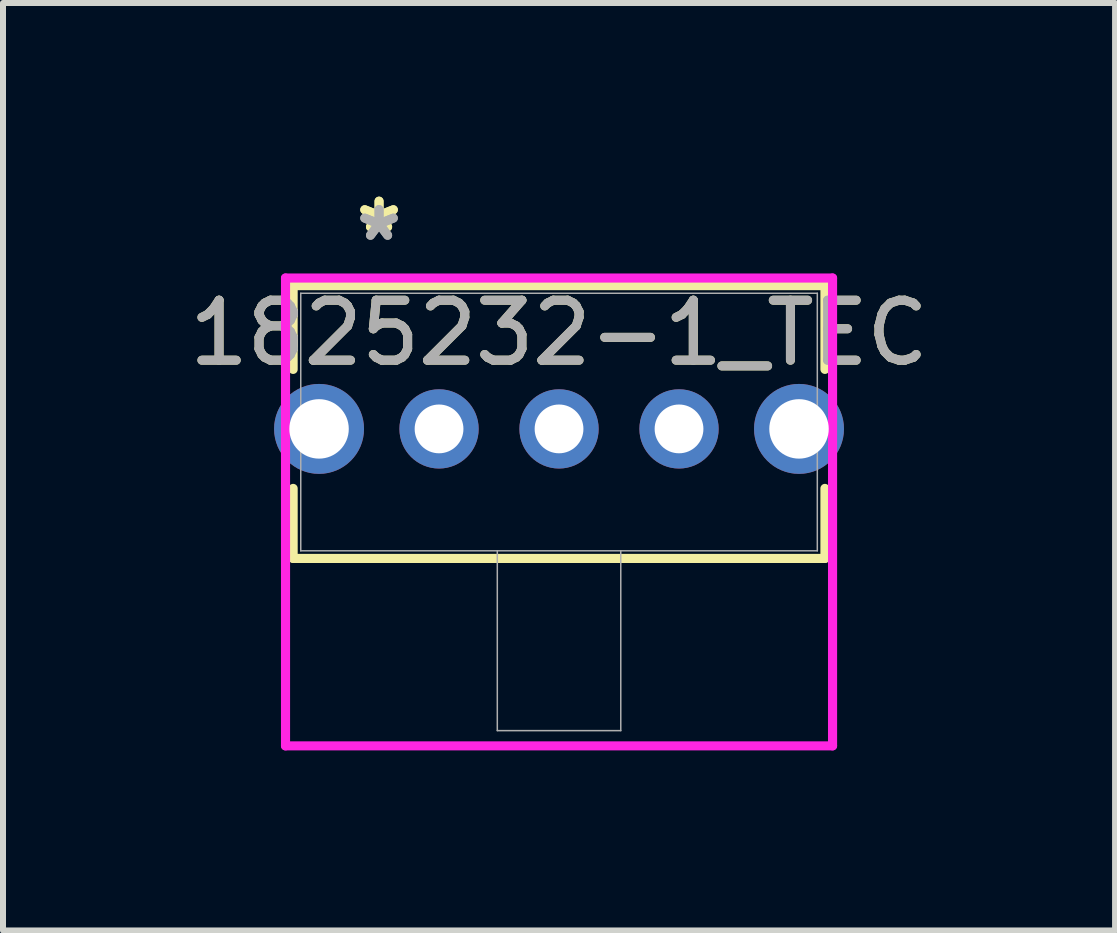
<source format=kicad_pcb>
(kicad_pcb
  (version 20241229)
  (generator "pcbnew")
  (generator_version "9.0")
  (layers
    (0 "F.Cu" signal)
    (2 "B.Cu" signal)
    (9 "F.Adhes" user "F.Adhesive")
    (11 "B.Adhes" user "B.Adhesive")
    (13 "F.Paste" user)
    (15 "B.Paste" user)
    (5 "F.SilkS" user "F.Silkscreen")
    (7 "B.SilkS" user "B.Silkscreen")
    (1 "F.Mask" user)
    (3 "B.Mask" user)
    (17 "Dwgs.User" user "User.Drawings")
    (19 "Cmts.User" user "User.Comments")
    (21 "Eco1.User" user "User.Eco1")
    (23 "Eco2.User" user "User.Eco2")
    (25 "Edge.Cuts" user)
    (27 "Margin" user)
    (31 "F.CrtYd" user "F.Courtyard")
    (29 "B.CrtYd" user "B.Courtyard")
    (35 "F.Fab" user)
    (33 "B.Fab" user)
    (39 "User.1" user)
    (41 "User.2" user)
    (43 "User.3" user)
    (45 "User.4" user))
  (footprint "1825232-1_TEC"
    (layer "F.Cu")
    (at 4.268 4.099)
    (property "Reference" "1825232-1_TEC" (at 2 -1.6 0) (unlocked yes) (layer "F.SilkS") (effects (font (size 1 1) (thickness 0.15))))
    (attr through_hole)
    (fp_line (start -2.432 -2.388) (end -2.432 -0.992) (stroke (width 0.152) (type solid)) (layer "F.SilkS"))
    (fp_line (start -2.432 0.992) (end -2.432 2.159) (stroke (width 0.152) (type solid)) (layer "F.SilkS"))
    (fp_line (start -2.432 2.159) (end 6.432 2.159) (stroke (width 0.152) (type solid)) (layer "F.SilkS"))
    (fp_line (start 6.432 -2.388) (end -2.432 -2.388) (stroke (width 0.152) (type solid)) (layer "F.SilkS"))
    (fp_line (start 6.432 -0.992) (end 6.432 -2.388) (stroke (width 0.152) (type solid)) (layer "F.SilkS"))
    (fp_line (start 6.432 2.159) (end 6.432 0.992) (stroke (width 0.152) (type solid)) (layer "F.SilkS"))
    (fp_line (start -2.559 -2.515) (end -2.559 5.283) (stroke (width 0.152) (type solid)) (layer "F.CrtYd"))
    (fp_line (start -2.559 5.283) (end 6.559 5.283) (stroke (width 0.152) (type solid)) (layer "F.CrtYd"))
    (fp_line (start 6.559 -2.515) (end -2.559 -2.515) (stroke (width 0.152) (type solid)) (layer "F.CrtYd"))
    (fp_line (start 6.559 5.283) (end 6.559 -2.515) (stroke (width 0.152) (type solid)) (layer "F.CrtYd"))
    (fp_line (start -2.305 -2.261) (end -2.305 2.032) (stroke (width 0.025) (type solid)) (layer "F.Fab"))
    (fp_line (start -2.305 2.032) (end 6.305 2.032) (stroke (width 0.025) (type solid)) (layer "F.Fab"))
    (fp_line (start 0.971 2.032) (end 0.971 5.029) (stroke (width 0.025) (type solid)) (layer "F.Fab"))
    (fp_line (start 0.971 5.029) (end 3.029 5.029) (stroke (width 0.025) (type solid)) (layer "F.Fab"))
    (fp_line (start 3.029 2.032) (end 3.029 5.029) (stroke (width 0.025) (type solid)) (layer "F.Fab"))
    (fp_line (start 6.305 -2.261) (end -2.305 -2.261) (stroke (width 0.025) (type solid)) (layer "F.Fab"))
    (fp_line (start 6.305 2.032) (end 6.305 -2.261) (stroke (width 0.025) (type solid)) (layer "F.Fab"))
    (fp_text user "*" (at -1 -3.251 0) (layer "F.SilkS") (effects (font (size 1 1) (thickness 0.15))))
    (fp_text user "*" (at -1 -3.251 0) (unlocked yes) (layer "F.SilkS") (effects (font (size 1 1) (thickness 0.15))))
    (fp_text user "${REFERENCE}" (at 2 -1.6 0) (unlocked yes) (layer "F.Fab") (effects (font (size 1 1) (thickness 0.15))))
    (fp_text user "*" (at -1 -3.111 0) (layer "F.Fab") (effects (font (size 1 1) (thickness 0.15))))
    (fp_text user "*" (at -1 -3.111 0) (unlocked yes) (layer "F.Fab") (effects (font (size 1 1) (thickness 0.15))))
    (pad "1" thru_hole circle (at 0 0) (size 1.321 1.321) (drill 0.813) (layers "*.Cu" "*.Mask"))
    (pad "2" thru_hole circle (at 2 0) (size 1.321 1.321) (drill 0.813) (layers "*.Cu" "*.Mask"))
    (pad "3" thru_hole circle (at 4 0) (size 1.321 1.321) (drill 0.813) (layers "*.Cu" "*.Mask"))
    (pad "4" thru_hole circle (at -2 0) (size 1.499 1.499) (drill 0.991) (layers "*.Cu" "*.Mask"))
    (pad "5" thru_hole circle (at 6 0) (size 1.499 1.499) (drill 0.991) (layers "*.Cu" "*.Mask")))
  (gr_rect
    (start -3 -3)
    (end 15.536 12.459)
    (stroke (width 0.1) (type default))
    (fill no)
    (layer "Edge.Cuts")))
</source>
